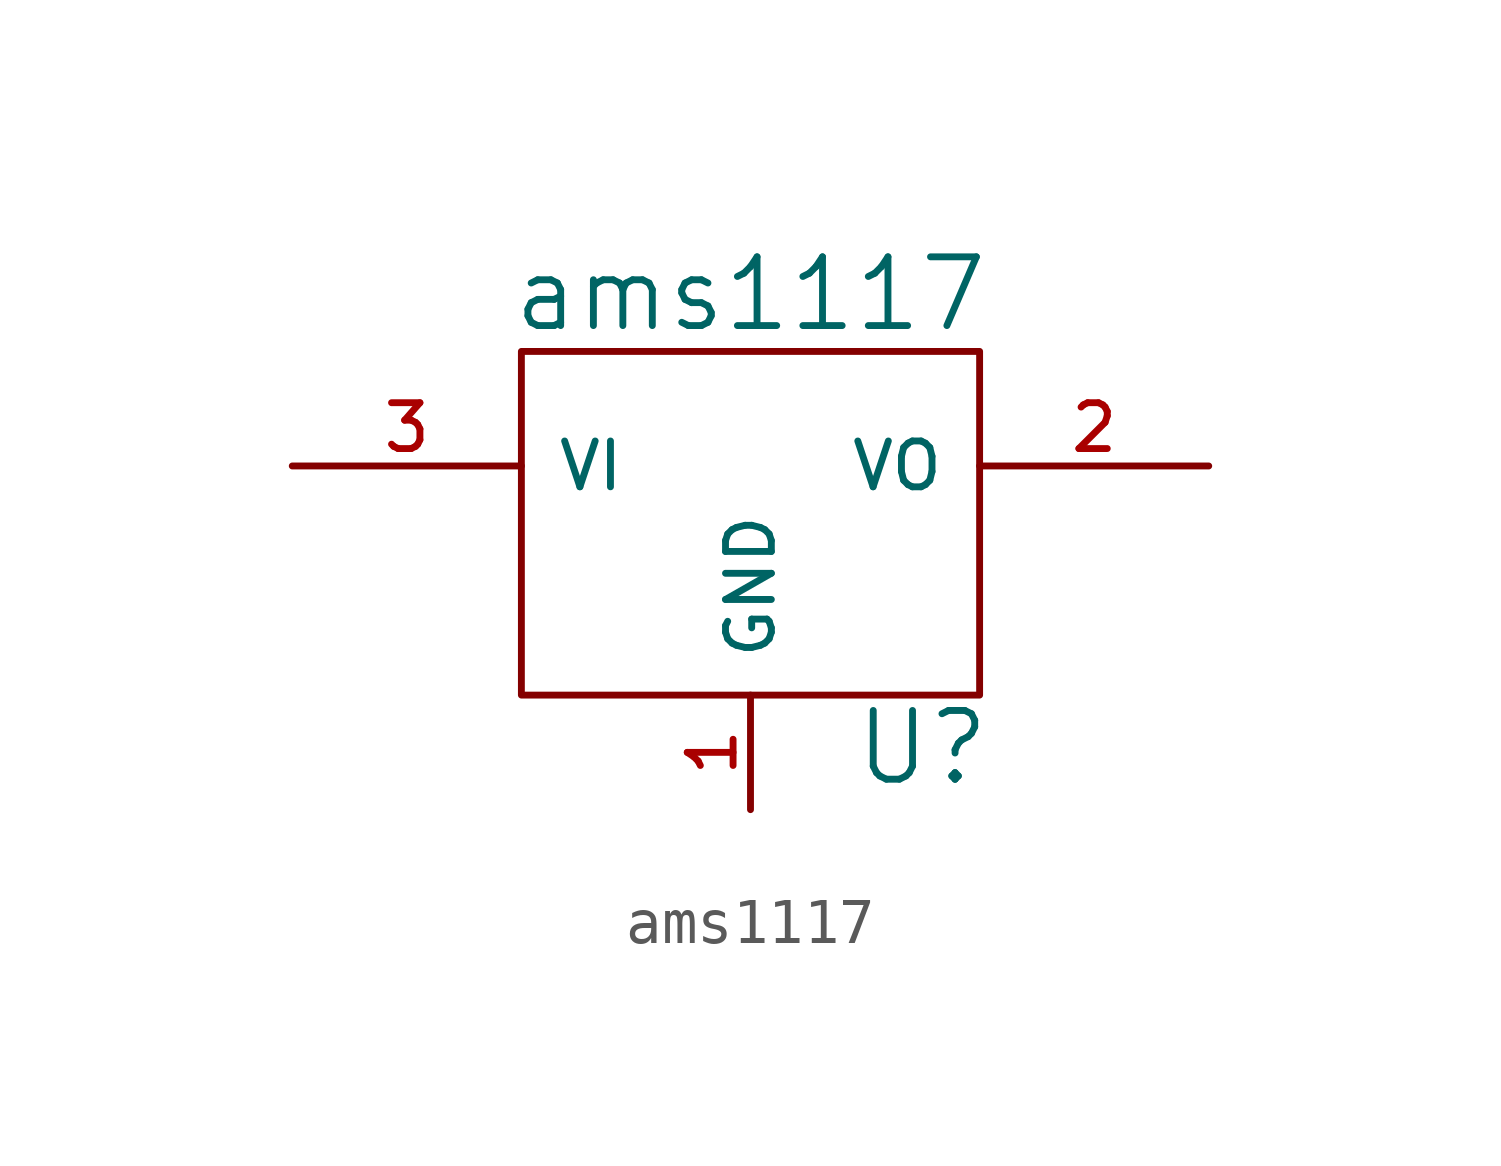
<source format=kicad_sym>
(kicad_symbol_lib
  (version 20211014)
  (generator kicad_symbol_editor)
  (symbol "ams1117"
    (pin_names
      (offset 0.762))
    (property "Reference" "U"
      (at 3.81 -4.978 0)
      (effects (font (size 1.524 1.524))))
    (property "Value" "ams1117"
      (at 0 5.08 0)
      (effects (font (size 1.524 1.524))))
    (property "Footprint" ""
      (at 0 0 0)
      (effects (font (size 1.524 1.524))))
    (property "Datasheet" ""
      (at 0 0 0)
      (effects (font (size 1.524 1.524))))
    (symbol "ams1117_0_1"
      (rectangle (start -5.08 -3.81) (end 5.08 3.81) (stroke (width 0) (type default) (color 0 0 0 0)) (fill (type none))))
    (symbol "ams1117_1_1"
      (pin input line (at 0 -6.35 90) (length 2.54) (name "GND" (effects (font (size 1.016 1.016)))) (number "1" (effects (font (size 1.016 1.016)))))
      (pin power_out line (at 10.16 1.27 180) (length 5.08) (name "VO" (effects (font (size 1.016 1.016)))) (number "2" (effects (font (size 1.016 1.016)))))
      (pin input line (at -10.16 1.27 0) (length 5.08) (name "VI" (effects (font (size 1.016 1.016)))) (number "3" (effects (font (size 1.016 1.016))))))))
</source>
